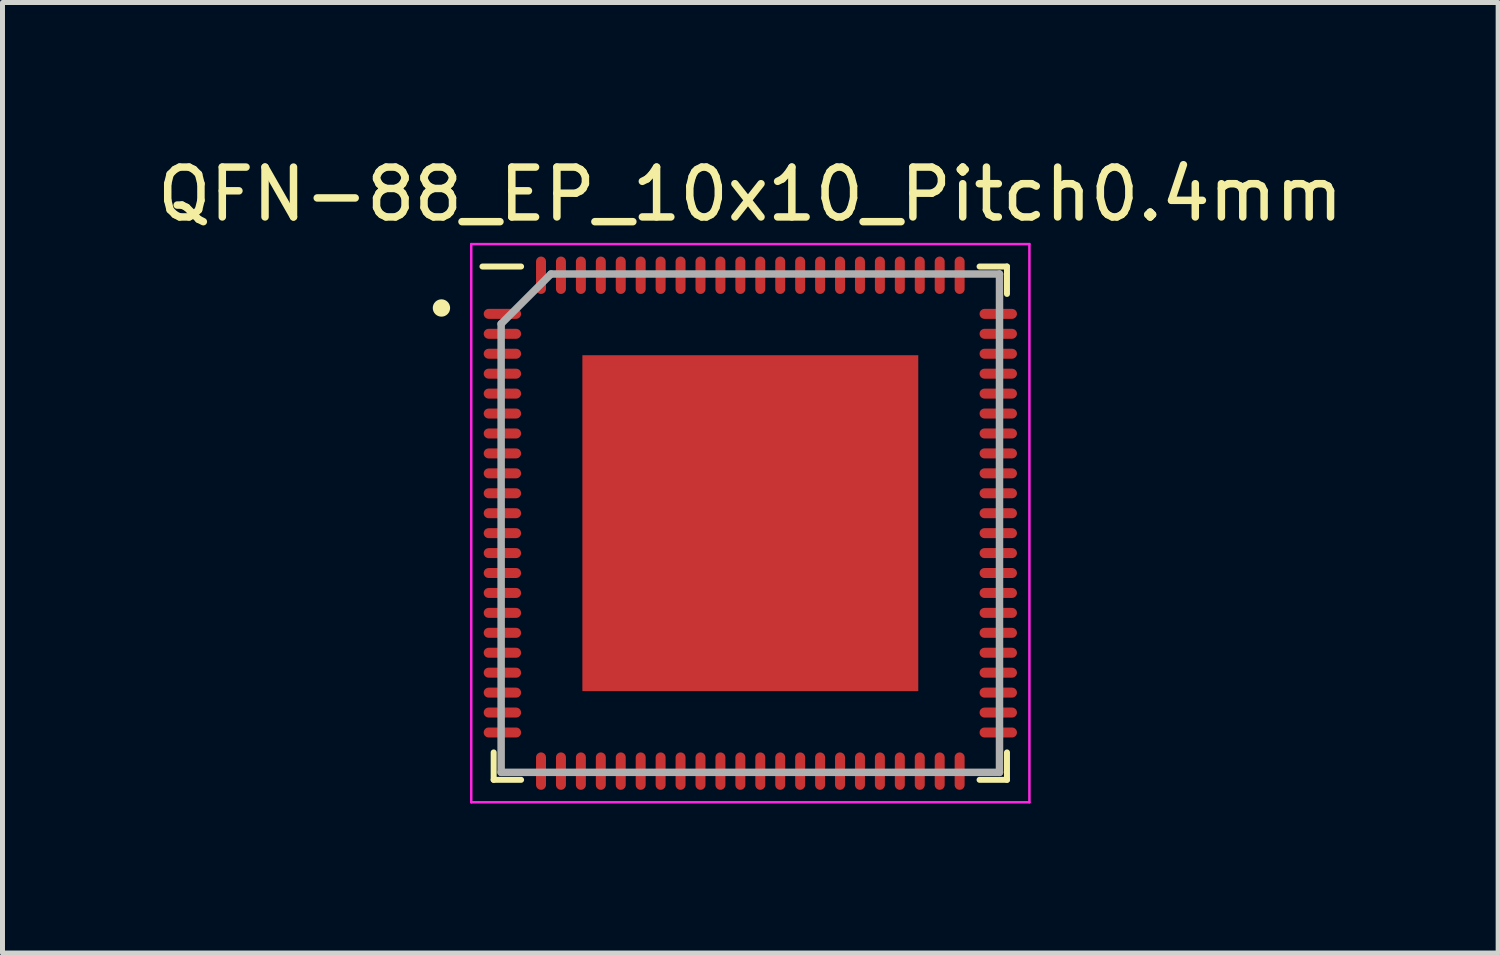
<source format=kicad_pcb>
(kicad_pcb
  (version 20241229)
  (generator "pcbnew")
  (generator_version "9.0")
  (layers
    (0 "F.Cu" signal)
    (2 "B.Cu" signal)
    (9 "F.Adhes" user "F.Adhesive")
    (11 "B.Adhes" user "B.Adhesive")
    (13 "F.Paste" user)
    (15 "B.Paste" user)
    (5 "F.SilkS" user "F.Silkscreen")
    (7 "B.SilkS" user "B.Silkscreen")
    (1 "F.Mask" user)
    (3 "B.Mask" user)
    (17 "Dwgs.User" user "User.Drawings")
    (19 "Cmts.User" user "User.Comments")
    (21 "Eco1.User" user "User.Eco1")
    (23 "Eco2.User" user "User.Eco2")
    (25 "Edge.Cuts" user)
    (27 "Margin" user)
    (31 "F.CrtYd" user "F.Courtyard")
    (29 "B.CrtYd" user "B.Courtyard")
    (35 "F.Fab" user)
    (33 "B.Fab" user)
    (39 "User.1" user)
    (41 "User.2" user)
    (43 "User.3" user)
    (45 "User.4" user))
  (footprint "QFN-88_EP_10x10_Pitch0.4mm"
    (layer "F.Cu")
    (at 12.006 7.448)
    (property "Reference" "QFN-88_EP_10x10_Pitch0.4mm" (at 0 -6.6 0) (layer "F.SilkS") (effects (font (size 1 1) (thickness 0.15))))
    (attr through_hole)
    (fp_line (start -5.15 5.15) (end -5.15 4.6) (stroke (width 0.12) (type solid)) (layer "F.SilkS"))
    (fp_line (start -4.6 -5.15) (end -5.375 -5.15) (stroke (width 0.12) (type solid)) (layer "F.SilkS"))
    (fp_line (start -4.6 5.15) (end -5.15 5.15) (stroke (width 0.12) (type solid)) (layer "F.SilkS"))
    (fp_line (start 4.6 -5.15) (end 5.15 -5.15) (stroke (width 0.12) (type solid)) (layer "F.SilkS"))
    (fp_line (start 4.6 5.15) (end 5.15 5.15) (stroke (width 0.12) (type solid)) (layer "F.SilkS"))
    (fp_line (start 5.15 -5.15) (end 5.15 -4.6) (stroke (width 0.12) (type solid)) (layer "F.SilkS"))
    (fp_line (start 5.15 5.15) (end 5.15 4.6) (stroke (width 0.12) (type solid)) (layer "F.SilkS"))
    (fp_circle (center -6.198 -4.318) (end -6.084 -4.318) (stroke (width 0.12) (type solid)) (fill yes) (layer "F.SilkS"))
    (fp_line (start -5.6 -5.6) (end 5.6 -5.6) (stroke (width 0.05) (type solid)) (layer "F.CrtYd"))
    (fp_line (start -5.6 5.6) (end -5.6 -5.6) (stroke (width 0.05) (type solid)) (layer "F.CrtYd"))
    (fp_line (start 5.6 -5.6) (end 5.6 5.6) (stroke (width 0.05) (type solid)) (layer "F.CrtYd"))
    (fp_line (start 5.6 5.6) (end -5.6 5.6) (stroke (width 0.05) (type solid)) (layer "F.CrtYd"))
    (fp_line (start -5 -4) (end -5 5) (stroke (width 0.15) (type solid)) (layer "F.Fab"))
    (fp_line (start -5 5) (end 5 5) (stroke (width 0.15) (type solid)) (layer "F.Fab"))
    (fp_line (start -4 -5) (end -5 -4) (stroke (width 0.15) (type solid)) (layer "F.Fab"))
    (fp_line (start 5 -5) (end -4 -5) (stroke (width 0.15) (type solid)) (layer "F.Fab"))
    (fp_line (start 5 5) (end 5 -5) (stroke (width 0.15) (type solid)) (layer "F.Fab"))
    (pad "1" smd oval (at -4.975 -4.2 90) (size 0.2 0.75) (layers "F.Cu" "F.Mask" "F.Paste"))
    (pad "2" smd oval (at -4.975 -3.8 90) (size 0.2 0.75) (layers "F.Cu" "F.Mask" "F.Paste"))
    (pad "3" smd oval (at -4.975 -3.4 90) (size 0.2 0.75) (layers "F.Cu" "F.Mask" "F.Paste"))
    (pad "4" smd oval (at -4.975 -3 90) (size 0.2 0.75) (layers "F.Cu" "F.Mask" "F.Paste"))
    (pad "5" smd oval (at -4.975 -2.6 90) (size 0.2 0.75) (layers "F.Cu" "F.Mask" "F.Paste"))
    (pad "6" smd oval (at -4.975 -2.2 90) (size 0.2 0.75) (layers "F.Cu" "F.Mask" "F.Paste"))
    (pad "7" smd oval (at -4.975 -1.8 90) (size 0.2 0.75) (layers "F.Cu" "F.Mask" "F.Paste"))
    (pad "8" smd oval (at -4.975 -1.4 90) (size 0.2 0.75) (layers "F.Cu" "F.Mask" "F.Paste"))
    (pad "9" smd oval (at -4.975 -1 90) (size 0.2 0.75) (layers "F.Cu" "F.Mask" "F.Paste"))
    (pad "10" smd oval (at -4.975 -0.6 90) (size 0.2 0.75) (layers "F.Cu" "F.Mask" "F.Paste"))
    (pad "11" smd oval (at -4.975 -0.2 90) (size 0.2 0.75) (layers "F.Cu" "F.Mask" "F.Paste"))
    (pad "12" smd oval (at -4.975 0.2 90) (size 0.2 0.75) (layers "F.Cu" "F.Mask" "F.Paste"))
    (pad "13" smd oval (at -4.975 0.6 90) (size 0.2 0.75) (layers "F.Cu" "F.Mask" "F.Paste"))
    (pad "14" smd oval (at -4.975 1 90) (size 0.2 0.75) (layers "F.Cu" "F.Mask" "F.Paste"))
    (pad "15" smd oval (at -4.975 1.4 90) (size 0.2 0.75) (layers "F.Cu" "F.Mask" "F.Paste"))
    (pad "16" smd oval (at -4.975 1.8 90) (size 0.2 0.75) (layers "F.Cu" "F.Mask" "F.Paste"))
    (pad "17" smd oval (at -4.975 2.2 90) (size 0.2 0.75) (layers "F.Cu" "F.Mask" "F.Paste"))
    (pad "18" smd oval (at -4.975 2.6 90) (size 0.2 0.75) (layers "F.Cu" "F.Mask" "F.Paste"))
    (pad "19" smd oval (at -4.975 3 90) (size 0.2 0.75) (layers "F.Cu" "F.Mask" "F.Paste"))
    (pad "20" smd oval (at -4.975 3.4 90) (size 0.2 0.75) (layers "F.Cu" "F.Mask" "F.Paste"))
    (pad "21" smd oval (at -4.975 3.8 90) (size 0.2 0.75) (layers "F.Cu" "F.Mask" "F.Paste"))
    (pad "22" smd oval (at -4.975 4.2 90) (size 0.2 0.75) (layers "F.Cu" "F.Mask" "F.Paste"))
    (pad "23" smd oval (at -4.2 4.975) (size 0.2 0.75) (layers "F.Cu" "F.Mask" "F.Paste"))
    (pad "24" smd oval (at -3.8 4.975) (size 0.2 0.75) (layers "F.Cu" "F.Mask" "F.Paste"))
    (pad "25" smd oval (at -3.4 4.975) (size 0.2 0.75) (layers "F.Cu" "F.Mask" "F.Paste"))
    (pad "26" smd oval (at -3 4.975) (size 0.2 0.75) (layers "F.Cu" "F.Mask" "F.Paste"))
    (pad "27" smd oval (at -2.6 4.975) (size 0.2 0.75) (layers "F.Cu" "F.Mask" "F.Paste"))
    (pad "28" smd oval (at -2.2 4.975) (size 0.2 0.75) (layers "F.Cu" "F.Mask" "F.Paste"))
    (pad "29" smd oval (at -1.8 4.975) (size 0.2 0.75) (layers "F.Cu" "F.Mask" "F.Paste"))
    (pad "30" smd oval (at -1.4 4.975) (size 0.2 0.75) (layers "F.Cu" "F.Mask" "F.Paste"))
    (pad "31" smd oval (at -1 4.975) (size 0.2 0.75) (layers "F.Cu" "F.Mask" "F.Paste"))
    (pad "32" smd oval (at -0.6 4.975) (size 0.2 0.75) (layers "F.Cu" "F.Mask" "F.Paste"))
    (pad "33" smd oval (at -0.2 4.975) (size 0.2 0.75) (layers "F.Cu" "F.Mask" "F.Paste"))
    (pad "34" smd oval (at 0.2 4.975) (size 0.2 0.75) (layers "F.Cu" "F.Mask" "F.Paste"))
    (pad "35" smd oval (at 0.6 4.975) (size 0.2 0.75) (layers "F.Cu" "F.Mask" "F.Paste"))
    (pad "36" smd oval (at 1 4.975) (size 0.2 0.75) (layers "F.Cu" "F.Mask" "F.Paste"))
    (pad "37" smd oval (at 1.4 4.975) (size 0.2 0.75) (layers "F.Cu" "F.Mask" "F.Paste"))
    (pad "38" smd oval (at 1.8 4.975) (size 0.2 0.75) (layers "F.Cu" "F.Mask" "F.Paste"))
    (pad "39" smd oval (at 2.2 4.975) (size 0.2 0.75) (layers "F.Cu" "F.Mask" "F.Paste"))
    (pad "40" smd oval (at 2.6 4.975) (size 0.2 0.75) (layers "F.Cu" "F.Mask" "F.Paste"))
    (pad "41" smd oval (at 3 4.975) (size 0.2 0.75) (layers "F.Cu" "F.Mask" "F.Paste"))
    (pad "42" smd oval (at 3.4 4.975) (size 0.2 0.75) (layers "F.Cu" "F.Mask" "F.Paste"))
    (pad "43" smd oval (at 3.8 4.975) (size 0.2 0.75) (layers "F.Cu" "F.Mask" "F.Paste"))
    (pad "44" smd oval (at 4.2 4.975) (size 0.2 0.75) (layers "F.Cu" "F.Mask" "F.Paste"))
    (pad "45" smd oval (at 4.975 4.2 90) (size 0.2 0.75) (layers "F.Cu" "F.Mask" "F.Paste"))
    (pad "46" smd oval (at 4.975 3.8 90) (size 0.2 0.75) (layers "F.Cu" "F.Mask" "F.Paste"))
    (pad "47" smd oval (at 4.975 3.4 90) (size 0.2 0.75) (layers "F.Cu" "F.Mask" "F.Paste"))
    (pad "48" smd oval (at 4.975 3 90) (size 0.2 0.75) (layers "F.Cu" "F.Mask" "F.Paste"))
    (pad "49" smd oval (at 4.975 2.6 90) (size 0.2 0.75) (layers "F.Cu" "F.Mask" "F.Paste"))
    (pad "50" smd oval (at 4.975 2.2 90) (size 0.2 0.75) (layers "F.Cu" "F.Mask" "F.Paste"))
    (pad "51" smd oval (at 4.975 1.8 90) (size 0.2 0.75) (layers "F.Cu" "F.Mask" "F.Paste"))
    (pad "52" smd oval (at 4.975 1.4 90) (size 0.2 0.75) (layers "F.Cu" "F.Mask" "F.Paste"))
    (pad "53" smd oval (at 4.975 1 90) (size 0.2 0.75) (layers "F.Cu" "F.Mask" "F.Paste"))
    (pad "54" smd oval (at 4.975 0.6 90) (size 0.2 0.75) (layers "F.Cu" "F.Mask" "F.Paste"))
    (pad "55" smd oval (at 4.975 0.2 90) (size 0.2 0.75) (layers "F.Cu" "F.Mask" "F.Paste"))
    (pad "56" smd oval (at 4.975 -0.2 90) (size 0.2 0.75) (layers "F.Cu" "F.Mask" "F.Paste"))
    (pad "57" smd oval (at 4.975 -0.6 90) (size 0.2 0.75) (layers "F.Cu" "F.Mask" "F.Paste"))
    (pad "58" smd oval (at 4.975 -1 90) (size 0.2 0.75) (layers "F.Cu" "F.Mask" "F.Paste"))
    (pad "59" smd oval (at 4.975 -1.4 90) (size 0.2 0.75) (layers "F.Cu" "F.Mask" "F.Paste"))
    (pad "60" smd oval (at 4.975 -1.8 90) (size 0.2 0.75) (layers "F.Cu" "F.Mask" "F.Paste"))
    (pad "61" smd oval (at 4.975 -2.2 90) (size 0.2 0.75) (layers "F.Cu" "F.Mask" "F.Paste"))
    (pad "62" smd oval (at 4.975 -2.6 90) (size 0.2 0.75) (layers "F.Cu" "F.Mask" "F.Paste"))
    (pad "63" smd oval (at 4.975 -3 90) (size 0.2 0.75) (layers "F.Cu" "F.Mask" "F.Paste"))
    (pad "64" smd oval (at 4.975 -3.4 90) (size 0.2 0.75) (layers "F.Cu" "F.Mask" "F.Paste"))
    (pad "65" smd oval (at 4.975 -3.8 90) (size 0.2 0.75) (layers "F.Cu" "F.Mask" "F.Paste"))
    (pad "66" smd oval (at 4.975 -4.2 90) (size 0.2 0.75) (layers "F.Cu" "F.Mask" "F.Paste"))
    (pad "67" smd oval (at 4.2 -4.975) (size 0.2 0.75) (layers "F.Cu" "F.Mask" "F.Paste"))
    (pad "68" smd oval (at 3.8 -4.975) (size 0.2 0.75) (layers "F.Cu" "F.Mask" "F.Paste"))
    (pad "69" smd oval (at 3.4 -4.975) (size 0.2 0.75) (layers "F.Cu" "F.Mask" "F.Paste"))
    (pad "70" smd oval (at 3 -4.975) (size 0.2 0.75) (layers "F.Cu" "F.Mask" "F.Paste"))
    (pad "71" smd oval (at 2.6 -4.975) (size 0.2 0.75) (layers "F.Cu" "F.Mask" "F.Paste"))
    (pad "72" smd oval (at 2.2 -4.975) (size 0.2 0.75) (layers "F.Cu" "F.Mask" "F.Paste"))
    (pad "73" smd oval (at 1.8 -4.975) (size 0.2 0.75) (layers "F.Cu" "F.Mask" "F.Paste"))
    (pad "74" smd oval (at 1.4 -4.975) (size 0.2 0.75) (layers "F.Cu" "F.Mask" "F.Paste"))
    (pad "75" smd oval (at 1 -4.975) (size 0.2 0.75) (layers "F.Cu" "F.Mask" "F.Paste"))
    (pad "76" smd oval (at 0.6 -4.975) (size 0.2 0.75) (layers "F.Cu" "F.Mask" "F.Paste"))
    (pad "77" smd oval (at 0.2 -4.975) (size 0.2 0.75) (layers "F.Cu" "F.Mask" "F.Paste"))
    (pad "78" smd oval (at -0.2 -4.975) (size 0.2 0.75) (layers "F.Cu" "F.Mask" "F.Paste"))
    (pad "79" smd oval (at -0.6 -4.975) (size 0.2 0.75) (layers "F.Cu" "F.Mask" "F.Paste"))
    (pad "80" smd oval (at -1 -4.975) (size 0.2 0.75) (layers "F.Cu" "F.Mask" "F.Paste"))
    (pad "81" smd oval (at -1.4 -4.975) (size 0.2 0.75) (layers "F.Cu" "F.Mask" "F.Paste"))
    (pad "82" smd oval (at -1.8 -4.975) (size 0.2 0.75) (layers "F.Cu" "F.Mask" "F.Paste"))
    (pad "83" smd oval (at -2.2 -4.975) (size 0.2 0.75) (layers "F.Cu" "F.Mask" "F.Paste"))
    (pad "84" smd oval (at -2.6 -4.975) (size 0.2 0.75) (layers "F.Cu" "F.Mask" "F.Paste"))
    (pad "85" smd oval (at -3 -4.975) (size 0.2 0.75) (layers "F.Cu" "F.Mask" "F.Paste"))
    (pad "86" smd oval (at -3.4 -4.975) (size 0.2 0.75) (layers "F.Cu" "F.Mask" "F.Paste"))
    (pad "87" smd oval (at -3.8 -4.975) (size 0.2 0.75) (layers "F.Cu" "F.Mask" "F.Paste"))
    (pad "88" smd oval (at -4.2 -4.975) (size 0.2 0.75) (layers "F.Cu" "F.Mask" "F.Paste"))
    (pad "89" smd rect (at 0 0) (size 6.74 6.74) (layers "F.Cu" "F.Mask" "F.Paste")))
  (gr_rect
    (start -3 -3)
    (end 27.012 16.073)
    (stroke (width 0.1) (type default))
    (fill no)
    (layer "Edge.Cuts")))
</source>
